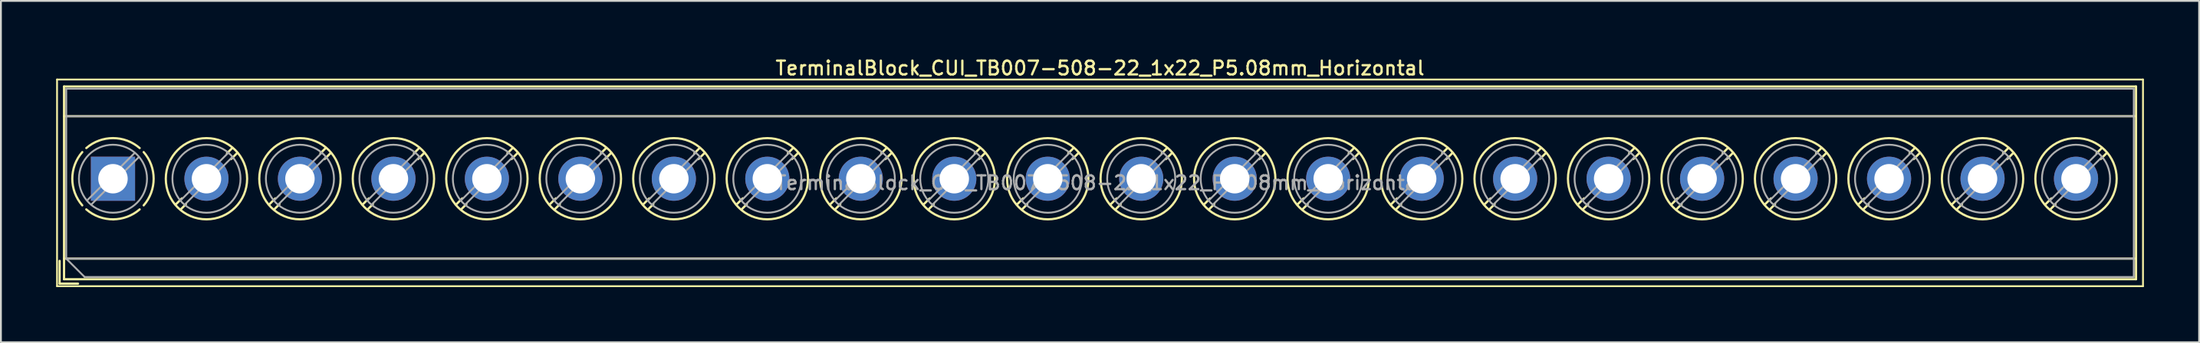
<source format=kicad_pcb>
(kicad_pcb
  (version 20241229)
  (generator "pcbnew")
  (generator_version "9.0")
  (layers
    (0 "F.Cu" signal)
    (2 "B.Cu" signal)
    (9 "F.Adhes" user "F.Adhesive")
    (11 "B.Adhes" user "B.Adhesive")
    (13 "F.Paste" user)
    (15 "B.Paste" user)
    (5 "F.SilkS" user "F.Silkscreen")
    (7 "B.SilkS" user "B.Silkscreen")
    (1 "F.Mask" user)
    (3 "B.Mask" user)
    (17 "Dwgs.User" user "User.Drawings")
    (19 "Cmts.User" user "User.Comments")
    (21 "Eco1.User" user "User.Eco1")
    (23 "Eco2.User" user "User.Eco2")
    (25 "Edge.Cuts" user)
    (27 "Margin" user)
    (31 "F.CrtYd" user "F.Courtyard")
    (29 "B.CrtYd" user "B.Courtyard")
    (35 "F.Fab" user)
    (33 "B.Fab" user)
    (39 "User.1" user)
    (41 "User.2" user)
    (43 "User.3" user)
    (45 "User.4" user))
  (footprint "TerminalBlock_CUI_TB007-508-22_1x22_P5.08mm_Horizontal"
    (layer "F.Cu")
    (at 3.09 6.678)
    (property "Reference" "TerminalBlock_CUI_TB007-508-22_1x22_P5.08mm_Horizontal" (at 53.64 -6.02 0) (layer "F.SilkS") (effects (font (size 0.75 0.75) (thickness 0.125))))
    (attr through_hole)
    (fp_line (start -3.04 -5.4) (end -3.04 5.85) (stroke (width 0.1) (type solid)) (layer "F.SilkS"))
    (fp_line (start -3.04 5.85) (end 110.32 5.85) (stroke (width 0.1) (type solid)) (layer "F.SilkS"))
    (fp_line (start -2.9 4.47) (end -2.9 5.71) (stroke (width 0.12) (type solid)) (layer "F.SilkS"))
    (fp_line (start -2.9 5.71) (end -1.9 5.71) (stroke (width 0.12) (type solid)) (layer "F.SilkS"))
    (fp_line (start -2.66 -5.02) (end -2.66 5.47) (stroke (width 0.12) (type solid)) (layer "F.SilkS"))
    (fp_line (start -2.66 -5.02) (end 109.941 -5.02) (stroke (width 0.12) (type solid)) (layer "F.SilkS"))
    (fp_line (start -2.66 -3.401) (end 109.941 -3.401) (stroke (width 0.12) (type solid)) (layer "F.SilkS"))
    (fp_line (start -2.66 4.35) (end 109.941 4.35) (stroke (width 0.12) (type solid)) (layer "F.SilkS"))
    (fp_line (start -2.66 5.47) (end 109.941 5.47) (stroke (width 0.12) (type solid)) (layer "F.SilkS"))
    (fp_line (start 3.743 1.068) (end 3.404 1.407) (stroke (width 0.12) (type solid)) (layer "F.SilkS"))
    (fp_line (start 3.967 1.384) (end 3.674 1.676) (stroke (width 0.12) (type solid)) (layer "F.SilkS"))
    (fp_line (start 6.487 -1.676) (end 6.194 -1.384) (stroke (width 0.12) (type solid)) (layer "F.SilkS"))
    (fp_line (start 6.757 -1.407) (end 6.418 -1.068) (stroke (width 0.12) (type solid)) (layer "F.SilkS"))
    (fp_line (start 8.823 1.068) (end 8.484 1.407) (stroke (width 0.12) (type solid)) (layer "F.SilkS"))
    (fp_line (start 9.047 1.384) (end 8.754 1.676) (stroke (width 0.12) (type solid)) (layer "F.SilkS"))
    (fp_line (start 11.567 -1.676) (end 11.274 -1.384) (stroke (width 0.12) (type solid)) (layer "F.SilkS"))
    (fp_line (start 11.837 -1.407) (end 11.498 -1.068) (stroke (width 0.12) (type solid)) (layer "F.SilkS"))
    (fp_line (start 13.903 1.068) (end 13.564 1.407) (stroke (width 0.12) (type solid)) (layer "F.SilkS"))
    (fp_line (start 14.127 1.384) (end 13.834 1.676) (stroke (width 0.12) (type solid)) (layer "F.SilkS"))
    (fp_line (start 16.647 -1.676) (end 16.354 -1.384) (stroke (width 0.12) (type solid)) (layer "F.SilkS"))
    (fp_line (start 16.917 -1.407) (end 16.578 -1.068) (stroke (width 0.12) (type solid)) (layer "F.SilkS"))
    (fp_line (start 18.983 1.068) (end 18.644 1.407) (stroke (width 0.12) (type solid)) (layer "F.SilkS"))
    (fp_line (start 19.207 1.384) (end 18.914 1.676) (stroke (width 0.12) (type solid)) (layer "F.SilkS"))
    (fp_line (start 21.727 -1.676) (end 21.434 -1.384) (stroke (width 0.12) (type solid)) (layer "F.SilkS"))
    (fp_line (start 21.997 -1.407) (end 21.658 -1.068) (stroke (width 0.12) (type solid)) (layer "F.SilkS"))
    (fp_line (start 24.063 1.068) (end 23.724 1.407) (stroke (width 0.12) (type solid)) (layer "F.SilkS"))
    (fp_line (start 24.287 1.384) (end 23.994 1.676) (stroke (width 0.12) (type solid)) (layer "F.SilkS"))
    (fp_line (start 26.807 -1.676) (end 26.514 -1.384) (stroke (width 0.12) (type solid)) (layer "F.SilkS"))
    (fp_line (start 27.077 -1.407) (end 26.738 -1.068) (stroke (width 0.12) (type solid)) (layer "F.SilkS"))
    (fp_line (start 29.143 1.068) (end 28.804 1.407) (stroke (width 0.12) (type solid)) (layer "F.SilkS"))
    (fp_line (start 29.367 1.384) (end 29.074 1.676) (stroke (width 0.12) (type solid)) (layer "F.SilkS"))
    (fp_line (start 31.887 -1.676) (end 31.594 -1.384) (stroke (width 0.12) (type solid)) (layer "F.SilkS"))
    (fp_line (start 32.157 -1.407) (end 31.818 -1.068) (stroke (width 0.12) (type solid)) (layer "F.SilkS"))
    (fp_line (start 34.223 1.068) (end 33.884 1.407) (stroke (width 0.12) (type solid)) (layer "F.SilkS"))
    (fp_line (start 34.447 1.384) (end 34.154 1.676) (stroke (width 0.12) (type solid)) (layer "F.SilkS"))
    (fp_line (start 36.967 -1.676) (end 36.674 -1.384) (stroke (width 0.12) (type solid)) (layer "F.SilkS"))
    (fp_line (start 37.237 -1.407) (end 36.898 -1.068) (stroke (width 0.12) (type solid)) (layer "F.SilkS"))
    (fp_line (start 39.303 1.068) (end 38.964 1.407) (stroke (width 0.12) (type solid)) (layer "F.SilkS"))
    (fp_line (start 39.527 1.384) (end 39.234 1.676) (stroke (width 0.12) (type solid)) (layer "F.SilkS"))
    (fp_line (start 42.047 -1.676) (end 41.754 -1.384) (stroke (width 0.12) (type solid)) (layer "F.SilkS"))
    (fp_line (start 42.317 -1.407) (end 41.978 -1.068) (stroke (width 0.12) (type solid)) (layer "F.SilkS"))
    (fp_line (start 44.383 1.068) (end 44.044 1.407) (stroke (width 0.12) (type solid)) (layer "F.SilkS"))
    (fp_line (start 44.607 1.384) (end 44.314 1.676) (stroke (width 0.12) (type solid)) (layer "F.SilkS"))
    (fp_line (start 47.127 -1.676) (end 46.834 -1.384) (stroke (width 0.12) (type solid)) (layer "F.SilkS"))
    (fp_line (start 47.397 -1.407) (end 47.058 -1.068) (stroke (width 0.12) (type solid)) (layer "F.SilkS"))
    (fp_line (start 49.463 1.068) (end 49.124 1.407) (stroke (width 0.12) (type solid)) (layer "F.SilkS"))
    (fp_line (start 49.687 1.384) (end 49.394 1.676) (stroke (width 0.12) (type solid)) (layer "F.SilkS"))
    (fp_line (start 52.207 -1.676) (end 51.914 -1.384) (stroke (width 0.12) (type solid)) (layer "F.SilkS"))
    (fp_line (start 52.477 -1.407) (end 52.138 -1.068) (stroke (width 0.12) (type solid)) (layer "F.SilkS"))
    (fp_line (start 54.543 1.068) (end 54.204 1.407) (stroke (width 0.12) (type solid)) (layer "F.SilkS"))
    (fp_line (start 54.767 1.384) (end 54.474 1.676) (stroke (width 0.12) (type solid)) (layer "F.SilkS"))
    (fp_line (start 57.287 -1.676) (end 56.994 -1.384) (stroke (width 0.12) (type solid)) (layer "F.SilkS"))
    (fp_line (start 57.557 -1.407) (end 57.218 -1.068) (stroke (width 0.12) (type solid)) (layer "F.SilkS"))
    (fp_line (start 59.623 1.068) (end 59.284 1.407) (stroke (width 0.12) (type solid)) (layer "F.SilkS"))
    (fp_line (start 59.847 1.384) (end 59.554 1.676) (stroke (width 0.12) (type solid)) (layer "F.SilkS"))
    (fp_line (start 62.367 -1.676) (end 62.074 -1.384) (stroke (width 0.12) (type solid)) (layer "F.SilkS"))
    (fp_line (start 62.637 -1.407) (end 62.298 -1.068) (stroke (width 0.12) (type solid)) (layer "F.SilkS"))
    (fp_line (start 64.703 1.068) (end 64.364 1.407) (stroke (width 0.12) (type solid)) (layer "F.SilkS"))
    (fp_line (start 64.927 1.384) (end 64.634 1.676) (stroke (width 0.12) (type solid)) (layer "F.SilkS"))
    (fp_line (start 67.447 -1.676) (end 67.154 -1.384) (stroke (width 0.12) (type solid)) (layer "F.SilkS"))
    (fp_line (start 67.717 -1.407) (end 67.378 -1.068) (stroke (width 0.12) (type solid)) (layer "F.SilkS"))
    (fp_line (start 69.783 1.068) (end 69.444 1.407) (stroke (width 0.12) (type solid)) (layer "F.SilkS"))
    (fp_line (start 70.007 1.384) (end 69.714 1.676) (stroke (width 0.12) (type solid)) (layer "F.SilkS"))
    (fp_line (start 72.527 -1.676) (end 72.234 -1.384) (stroke (width 0.12) (type solid)) (layer "F.SilkS"))
    (fp_line (start 72.797 -1.407) (end 72.458 -1.068) (stroke (width 0.12) (type solid)) (layer "F.SilkS"))
    (fp_line (start 74.863 1.068) (end 74.524 1.407) (stroke (width 0.12) (type solid)) (layer "F.SilkS"))
    (fp_line (start 75.087 1.384) (end 74.794 1.676) (stroke (width 0.12) (type solid)) (layer "F.SilkS"))
    (fp_line (start 77.607 -1.676) (end 77.314 -1.384) (stroke (width 0.12) (type solid)) (layer "F.SilkS"))
    (fp_line (start 77.877 -1.407) (end 77.538 -1.068) (stroke (width 0.12) (type solid)) (layer "F.SilkS"))
    (fp_line (start 79.943 1.068) (end 79.604 1.407) (stroke (width 0.12) (type solid)) (layer "F.SilkS"))
    (fp_line (start 80.167 1.384) (end 79.874 1.676) (stroke (width 0.12) (type solid)) (layer "F.SilkS"))
    (fp_line (start 82.687 -1.676) (end 82.394 -1.384) (stroke (width 0.12) (type solid)) (layer "F.SilkS"))
    (fp_line (start 82.957 -1.407) (end 82.618 -1.068) (stroke (width 0.12) (type solid)) (layer "F.SilkS"))
    (fp_line (start 85.023 1.068) (end 84.684 1.407) (stroke (width 0.12) (type solid)) (layer "F.SilkS"))
    (fp_line (start 85.247 1.384) (end 84.954 1.676) (stroke (width 0.12) (type solid)) (layer "F.SilkS"))
    (fp_line (start 87.767 -1.676) (end 87.474 -1.384) (stroke (width 0.12) (type solid)) (layer "F.SilkS"))
    (fp_line (start 88.037 -1.407) (end 87.698 -1.068) (stroke (width 0.12) (type solid)) (layer "F.SilkS"))
    (fp_line (start 90.103 1.068) (end 89.764 1.407) (stroke (width 0.12) (type solid)) (layer "F.SilkS"))
    (fp_line (start 90.327 1.384) (end 90.034 1.676) (stroke (width 0.12) (type solid)) (layer "F.SilkS"))
    (fp_line (start 92.847 -1.676) (end 92.554 -1.384) (stroke (width 0.12) (type solid)) (layer "F.SilkS"))
    (fp_line (start 93.117 -1.407) (end 92.778 -1.068) (stroke (width 0.12) (type solid)) (layer "F.SilkS"))
    (fp_line (start 95.183 1.068) (end 94.844 1.407) (stroke (width 0.12) (type solid)) (layer "F.SilkS"))
    (fp_line (start 95.407 1.384) (end 95.114 1.676) (stroke (width 0.12) (type solid)) (layer "F.SilkS"))
    (fp_line (start 97.927 -1.676) (end 97.634 -1.384) (stroke (width 0.12) (type solid)) (layer "F.SilkS"))
    (fp_line (start 98.197 -1.407) (end 97.858 -1.068) (stroke (width 0.12) (type solid)) (layer "F.SilkS"))
    (fp_line (start 100.263 1.068) (end 99.924 1.407) (stroke (width 0.12) (type solid)) (layer "F.SilkS"))
    (fp_line (start 100.487 1.384) (end 100.194 1.676) (stroke (width 0.12) (type solid)) (layer "F.SilkS"))
    (fp_line (start 103.007 -1.676) (end 102.714 -1.384) (stroke (width 0.12) (type solid)) (layer "F.SilkS"))
    (fp_line (start 103.277 -1.407) (end 102.938 -1.068) (stroke (width 0.12) (type solid)) (layer "F.SilkS"))
    (fp_line (start 105.343 1.068) (end 105.004 1.407) (stroke (width 0.12) (type solid)) (layer "F.SilkS"))
    (fp_line (start 105.567 1.384) (end 105.274 1.676) (stroke (width 0.12) (type solid)) (layer "F.SilkS"))
    (fp_line (start 108.087 -1.676) (end 107.794 -1.384) (stroke (width 0.12) (type solid)) (layer "F.SilkS"))
    (fp_line (start 108.357 -1.407) (end 108.018 -1.068) (stroke (width 0.12) (type solid)) (layer "F.SilkS"))
    (fp_line (start 109.941 -5.02) (end 109.941 5.47) (stroke (width 0.12) (type solid)) (layer "F.SilkS"))
    (fp_line (start 110.32 -5.4) (end -3.04 -5.4) (stroke (width 0.1) (type solid)) (layer "F.SilkS"))
    (fp_line (start 110.32 5.85) (end 110.32 -5.4) (stroke (width 0.1) (type solid)) (layer "F.SilkS"))
    (fp_arc (start -1.66902 1.449827) (mid -2.210797 -0.000777) (end -1.668 -1.451) (stroke (width 0.12) (type solid)) (layer "F.SilkS"))
    (fp_arc (start -1.449827 -1.66902) (mid 0.000777 -2.210797) (end 1.451 -1.668) (stroke (width 0.12) (type solid)) (layer "F.SilkS"))
    (fp_arc (start 0.037807 2.210474) (mid -0.756867 2.077204) (end -1.451 1.668) (stroke (width 0.12) (type solid)) (layer "F.SilkS"))
    (fp_arc (start 1.44989 1.667908) (mid 0.773958 2.070046) (end 0 2.21) (stroke (width 0.12) (type solid)) (layer "F.SilkS"))
    (fp_arc (start 1.668029 -1.449966) (mid 2.210141 0.000022) (end 1.668 1.45) (stroke (width 0.12) (type solid)) (layer "F.SilkS"))
    (fp_circle (center 5.08 0) (end 7.29 0) (stroke (width 0.12) (type solid)) (fill no) (layer "F.SilkS"))
    (fp_circle (center 10.16 0) (end 12.37 0) (stroke (width 0.12) (type solid)) (fill no) (layer "F.SilkS"))
    (fp_circle (center 15.24 0) (end 17.45 0) (stroke (width 0.12) (type solid)) (fill no) (layer "F.SilkS"))
    (fp_circle (center 20.32 0) (end 22.53 0) (stroke (width 0.12) (type solid)) (fill no) (layer "F.SilkS"))
    (fp_circle (center 25.4 0) (end 27.61 0) (stroke (width 0.12) (type solid)) (fill no) (layer "F.SilkS"))
    (fp_circle (center 30.48 0) (end 32.69 0) (stroke (width 0.12) (type solid)) (fill no) (layer "F.SilkS"))
    (fp_circle (center 35.56 0) (end 37.77 0) (stroke (width 0.12) (type solid)) (fill no) (layer "F.SilkS"))
    (fp_circle (center 40.64 0) (end 42.85 0) (stroke (width 0.12) (type solid)) (fill no) (layer "F.SilkS"))
    (fp_circle (center 45.72 0) (end 47.93 0) (stroke (width 0.12) (type solid)) (fill no) (layer "F.SilkS"))
    (fp_circle (center 50.8 0) (end 53.01 0) (stroke (width 0.12) (type solid)) (fill no) (layer "F.SilkS"))
    (fp_circle (center 55.88 0) (end 58.09 0) (stroke (width 0.12) (type solid)) (fill no) (layer "F.SilkS"))
    (fp_circle (center 60.96 0) (end 63.17 0) (stroke (width 0.12) (type solid)) (fill no) (layer "F.SilkS"))
    (fp_circle (center 66.04 0) (end 68.25 0) (stroke (width 0.12) (type solid)) (fill no) (layer "F.SilkS"))
    (fp_circle (center 71.12 0) (end 73.33 0) (stroke (width 0.12) (type solid)) (fill no) (layer "F.SilkS"))
    (fp_circle (center 76.2 0) (end 78.41 0) (stroke (width 0.12) (type solid)) (fill no) (layer "F.SilkS"))
    (fp_circle (center 81.28 0) (end 83.49 0) (stroke (width 0.12) (type solid)) (fill no) (layer "F.SilkS"))
    (fp_circle (center 86.36 0) (end 88.57 0) (stroke (width 0.12) (type solid)) (fill no) (layer "F.SilkS"))
    (fp_circle (center 91.44 0) (end 93.65 0) (stroke (width 0.12) (type solid)) (fill no) (layer "F.SilkS"))
    (fp_circle (center 96.52 0) (end 98.73 0) (stroke (width 0.12) (type solid)) (fill no) (layer "F.SilkS"))
    (fp_circle (center 101.6 0) (end 103.81 0) (stroke (width 0.12) (type solid)) (fill no) (layer "F.SilkS"))
    (fp_circle (center 106.68 0) (end 108.89 0) (stroke (width 0.12) (type solid)) (fill no) (layer "F.SilkS"))
    (fp_line (start -2.54 -4.9) (end 109.82 -4.9) (stroke (width 0.1) (type solid)) (layer "F.Fab"))
    (fp_line (start -2.54 -3.4) (end 109.82 -3.4) (stroke (width 0.1) (type solid)) (layer "F.Fab"))
    (fp_line (start -2.54 4.35) (end -2.54 -4.9) (stroke (width 0.1) (type solid)) (layer "F.Fab"))
    (fp_line (start -2.54 4.35) (end 109.82 4.35) (stroke (width 0.1) (type solid)) (layer "F.Fab"))
    (fp_line (start -1.54 5.35) (end -2.54 4.35) (stroke (width 0.1) (type solid)) (layer "F.Fab"))
    (fp_line (start 1.178 -1.403) (end -1.404 1.178) (stroke (width 0.1) (type solid)) (layer "F.Fab"))
    (fp_line (start 1.404 -1.178) (end -1.178 1.403) (stroke (width 0.1) (type solid)) (layer "F.Fab"))
    (fp_line (start 6.258 -1.403) (end 3.677 1.178) (stroke (width 0.1) (type solid)) (layer "F.Fab"))
    (fp_line (start 6.484 -1.178) (end 3.903 1.403) (stroke (width 0.1) (type solid)) (layer "F.Fab"))
    (fp_line (start 11.338 -1.403) (end 8.757 1.178) (stroke (width 0.1) (type solid)) (layer "F.Fab"))
    (fp_line (start 11.564 -1.178) (end 8.983 1.403) (stroke (width 0.1) (type solid)) (layer "F.Fab"))
    (fp_line (start 16.418 -1.403) (end 13.837 1.178) (stroke (width 0.1) (type solid)) (layer "F.Fab"))
    (fp_line (start 16.644 -1.178) (end 14.063 1.403) (stroke (width 0.1) (type solid)) (layer "F.Fab"))
    (fp_line (start 21.498 -1.403) (end 18.917 1.178) (stroke (width 0.1) (type solid)) (layer "F.Fab"))
    (fp_line (start 21.724 -1.178) (end 19.143 1.403) (stroke (width 0.1) (type solid)) (layer "F.Fab"))
    (fp_line (start 26.578 -1.403) (end 23.997 1.178) (stroke (width 0.1) (type solid)) (layer "F.Fab"))
    (fp_line (start 26.804 -1.178) (end 24.223 1.403) (stroke (width 0.1) (type solid)) (layer "F.Fab"))
    (fp_line (start 31.658 -1.403) (end 29.077 1.178) (stroke (width 0.1) (type solid)) (layer "F.Fab"))
    (fp_line (start 31.884 -1.178) (end 29.303 1.403) (stroke (width 0.1) (type solid)) (layer "F.Fab"))
    (fp_line (start 36.738 -1.403) (end 34.157 1.178) (stroke (width 0.1) (type solid)) (layer "F.Fab"))
    (fp_line (start 36.964 -1.178) (end 34.383 1.403) (stroke (width 0.1) (type solid)) (layer "F.Fab"))
    (fp_line (start 41.818 -1.403) (end 39.237 1.178) (stroke (width 0.1) (type solid)) (layer "F.Fab"))
    (fp_line (start 42.044 -1.178) (end 39.463 1.403) (stroke (width 0.1) (type solid)) (layer "F.Fab"))
    (fp_line (start 46.898 -1.403) (end 44.317 1.178) (stroke (width 0.1) (type solid)) (layer "F.Fab"))
    (fp_line (start 47.124 -1.178) (end 44.543 1.403) (stroke (width 0.1) (type solid)) (layer "F.Fab"))
    (fp_line (start 51.978 -1.403) (end 49.397 1.178) (stroke (width 0.1) (type solid)) (layer "F.Fab"))
    (fp_line (start 52.204 -1.178) (end 49.623 1.403) (stroke (width 0.1) (type solid)) (layer "F.Fab"))
    (fp_line (start 57.058 -1.403) (end 54.477 1.178) (stroke (width 0.1) (type solid)) (layer "F.Fab"))
    (fp_line (start 57.284 -1.178) (end 54.703 1.403) (stroke (width 0.1) (type solid)) (layer "F.Fab"))
    (fp_line (start 62.138 -1.403) (end 59.557 1.178) (stroke (width 0.1) (type solid)) (layer "F.Fab"))
    (fp_line (start 62.364 -1.178) (end 59.783 1.403) (stroke (width 0.1) (type solid)) (layer "F.Fab"))
    (fp_line (start 67.218 -1.403) (end 64.637 1.178) (stroke (width 0.1) (type solid)) (layer "F.Fab"))
    (fp_line (start 67.444 -1.178) (end 64.863 1.403) (stroke (width 0.1) (type solid)) (layer "F.Fab"))
    (fp_line (start 72.298 -1.403) (end 69.717 1.178) (stroke (width 0.1) (type solid)) (layer "F.Fab"))
    (fp_line (start 72.524 -1.178) (end 69.943 1.403) (stroke (width 0.1) (type solid)) (layer "F.Fab"))
    (fp_line (start 77.378 -1.403) (end 74.797 1.178) (stroke (width 0.1) (type solid)) (layer "F.Fab"))
    (fp_line (start 77.604 -1.178) (end 75.023 1.403) (stroke (width 0.1) (type solid)) (layer "F.Fab"))
    (fp_line (start 82.458 -1.403) (end 79.877 1.178) (stroke (width 0.1) (type solid)) (layer "F.Fab"))
    (fp_line (start 82.684 -1.178) (end 80.103 1.403) (stroke (width 0.1) (type solid)) (layer "F.Fab"))
    (fp_line (start 87.538 -1.403) (end 84.957 1.178) (stroke (width 0.1) (type solid)) (layer "F.Fab"))
    (fp_line (start 87.764 -1.178) (end 85.183 1.403) (stroke (width 0.1) (type solid)) (layer "F.Fab"))
    (fp_line (start 92.618 -1.403) (end 90.037 1.178) (stroke (width 0.1) (type solid)) (layer "F.Fab"))
    (fp_line (start 92.844 -1.178) (end 90.263 1.403) (stroke (width 0.1) (type solid)) (layer "F.Fab"))
    (fp_line (start 97.698 -1.403) (end 95.117 1.178) (stroke (width 0.1) (type solid)) (layer "F.Fab"))
    (fp_line (start 97.924 -1.178) (end 95.343 1.403) (stroke (width 0.1) (type solid)) (layer "F.Fab"))
    (fp_line (start 102.778 -1.403) (end 100.197 1.178) (stroke (width 0.1) (type solid)) (layer "F.Fab"))
    (fp_line (start 103.004 -1.178) (end 100.423 1.403) (stroke (width 0.1) (type solid)) (layer "F.Fab"))
    (fp_line (start 107.858 -1.403) (end 105.277 1.178) (stroke (width 0.1) (type solid)) (layer "F.Fab"))
    (fp_line (start 108.084 -1.178) (end 105.503 1.403) (stroke (width 0.1) (type solid)) (layer "F.Fab"))
    (fp_line (start 109.82 -4.9) (end 109.82 5.35) (stroke (width 0.1) (type solid)) (layer "F.Fab"))
    (fp_line (start 109.82 5.35) (end -1.54 5.35) (stroke (width 0.1) (type solid)) (layer "F.Fab"))
    (fp_circle (center 0 0) (end 1.85 0) (stroke (width 0.1) (type solid)) (fill no) (layer "F.Fab"))
    (fp_circle (center 5.08 0) (end 6.93 0) (stroke (width 0.1) (type solid)) (fill no) (layer "F.Fab"))
    (fp_circle (center 10.16 0) (end 12.01 0) (stroke (width 0.1) (type solid)) (fill no) (layer "F.Fab"))
    (fp_circle (center 15.24 0) (end 17.09 0) (stroke (width 0.1) (type solid)) (fill no) (layer "F.Fab"))
    (fp_circle (center 20.32 0) (end 22.17 0) (stroke (width 0.1) (type solid)) (fill no) (layer "F.Fab"))
    (fp_circle (center 25.4 0) (end 27.25 0) (stroke (width 0.1) (type solid)) (fill no) (layer "F.Fab"))
    (fp_circle (center 30.48 0) (end 32.33 0) (stroke (width 0.1) (type solid)) (fill no) (layer "F.Fab"))
    (fp_circle (center 35.56 0) (end 37.41 0) (stroke (width 0.1) (type solid)) (fill no) (layer "F.Fab"))
    (fp_circle (center 40.64 0) (end 42.49 0) (stroke (width 0.1) (type solid)) (fill no) (layer "F.Fab"))
    (fp_circle (center 45.72 0) (end 47.57 0) (stroke (width 0.1) (type solid)) (fill no) (layer "F.Fab"))
    (fp_circle (center 50.8 0) (end 52.65 0) (stroke (width 0.1) (type solid)) (fill no) (layer "F.Fab"))
    (fp_circle (center 55.88 0) (end 57.73 0) (stroke (width 0.1) (type solid)) (fill no) (layer "F.Fab"))
    (fp_circle (center 60.96 0) (end 62.81 0) (stroke (width 0.1) (type solid)) (fill no) (layer "F.Fab"))
    (fp_circle (center 66.04 0) (end 67.89 0) (stroke (width 0.1) (type solid)) (fill no) (layer "F.Fab"))
    (fp_circle (center 71.12 0) (end 72.97 0) (stroke (width 0.1) (type solid)) (fill no) (layer "F.Fab"))
    (fp_circle (center 76.2 0) (end 78.05 0) (stroke (width 0.1) (type solid)) (fill no) (layer "F.Fab"))
    (fp_circle (center 81.28 0) (end 83.13 0) (stroke (width 0.1) (type solid)) (fill no) (layer "F.Fab"))
    (fp_circle (center 86.36 0) (end 88.21 0) (stroke (width 0.1) (type solid)) (fill no) (layer "F.Fab"))
    (fp_circle (center 91.44 0) (end 93.29 0) (stroke (width 0.1) (type solid)) (fill no) (layer "F.Fab"))
    (fp_circle (center 96.52 0) (end 98.37 0) (stroke (width 0.1) (type solid)) (fill no) (layer "F.Fab"))
    (fp_circle (center 101.6 0) (end 103.45 0) (stroke (width 0.1) (type solid)) (fill no) (layer "F.Fab"))
    (fp_circle (center 106.68 0) (end 108.53 0) (stroke (width 0.1) (type solid)) (fill no) (layer "F.Fab"))
    (fp_text user "${REFERENCE}" (at 53.64 0.225 0) (layer "F.Fab") (effects (font (size 0.75 0.75) (thickness 0.125))))
    (pad "1" thru_hole rect (at 0 0) (size 2.4 2.4) (drill 1.6) (layers "*.Cu" "*.Mask"))
    (pad "2" thru_hole circle (at 5.08 0) (size 2.4 2.4) (drill 1.6) (layers "*.Cu" "*.Mask"))
    (pad "3" thru_hole circle (at 10.16 0) (size 2.4 2.4) (drill 1.6) (layers "*.Cu" "*.Mask"))
    (pad "4" thru_hole circle (at 15.24 0) (size 2.4 2.4) (drill 1.6) (layers "*.Cu" "*.Mask"))
    (pad "5" thru_hole circle (at 20.32 0) (size 2.4 2.4) (drill 1.6) (layers "*.Cu" "*.Mask"))
    (pad "6" thru_hole circle (at 25.4 0) (size 2.4 2.4) (drill 1.6) (layers "*.Cu" "*.Mask"))
    (pad "7" thru_hole circle (at 30.48 0) (size 2.4 2.4) (drill 1.6) (layers "*.Cu" "*.Mask"))
    (pad "8" thru_hole circle (at 35.56 0) (size 2.4 2.4) (drill 1.6) (layers "*.Cu" "*.Mask"))
    (pad "9" thru_hole circle (at 40.64 0) (size 2.4 2.4) (drill 1.6) (layers "*.Cu" "*.Mask"))
    (pad "10" thru_hole circle (at 45.72 0) (size 2.4 2.4) (drill 1.6) (layers "*.Cu" "*.Mask"))
    (pad "11" thru_hole circle (at 50.8 0) (size 2.4 2.4) (drill 1.6) (layers "*.Cu" "*.Mask"))
    (pad "12" thru_hole circle (at 55.88 0) (size 2.4 2.4) (drill 1.6) (layers "*.Cu" "*.Mask"))
    (pad "13" thru_hole circle (at 60.96 0) (size 2.4 2.4) (drill 1.6) (layers "*.Cu" "*.Mask"))
    (pad "14" thru_hole circle (at 66.04 0) (size 2.4 2.4) (drill 1.6) (layers "*.Cu" "*.Mask"))
    (pad "15" thru_hole circle (at 71.12 0) (size 2.4 2.4) (drill 1.6) (layers "*.Cu" "*.Mask"))
    (pad "16" thru_hole circle (at 76.2 0) (size 2.4 2.4) (drill 1.6) (layers "*.Cu" "*.Mask"))
    (pad "17" thru_hole circle (at 81.28 0) (size 2.4 2.4) (drill 1.6) (layers "*.Cu" "*.Mask"))
    (pad "18" thru_hole circle (at 86.36 0) (size 2.4 2.4) (drill 1.6) (layers "*.Cu" "*.Mask"))
    (pad "19" thru_hole circle (at 91.44 0) (size 2.4 2.4) (drill 1.6) (layers "*.Cu" "*.Mask"))
    (pad "20" thru_hole circle (at 96.52 0) (size 2.4 2.4) (drill 1.6) (layers "*.Cu" "*.Mask"))
    (pad "21" thru_hole circle (at 101.6 0) (size 2.4 2.4) (drill 1.6) (layers "*.Cu" "*.Mask"))
    (pad "22" thru_hole circle (at 106.68 0) (size 2.4 2.4) (drill 1.6) (layers "*.Cu" "*.Mask")))
  (gr_rect
    (start -3 -3)
    (end 116.46 15.578)
    (stroke (width 0.1) (type default))
    (fill no)
    (layer "Edge.Cuts")))
</source>
